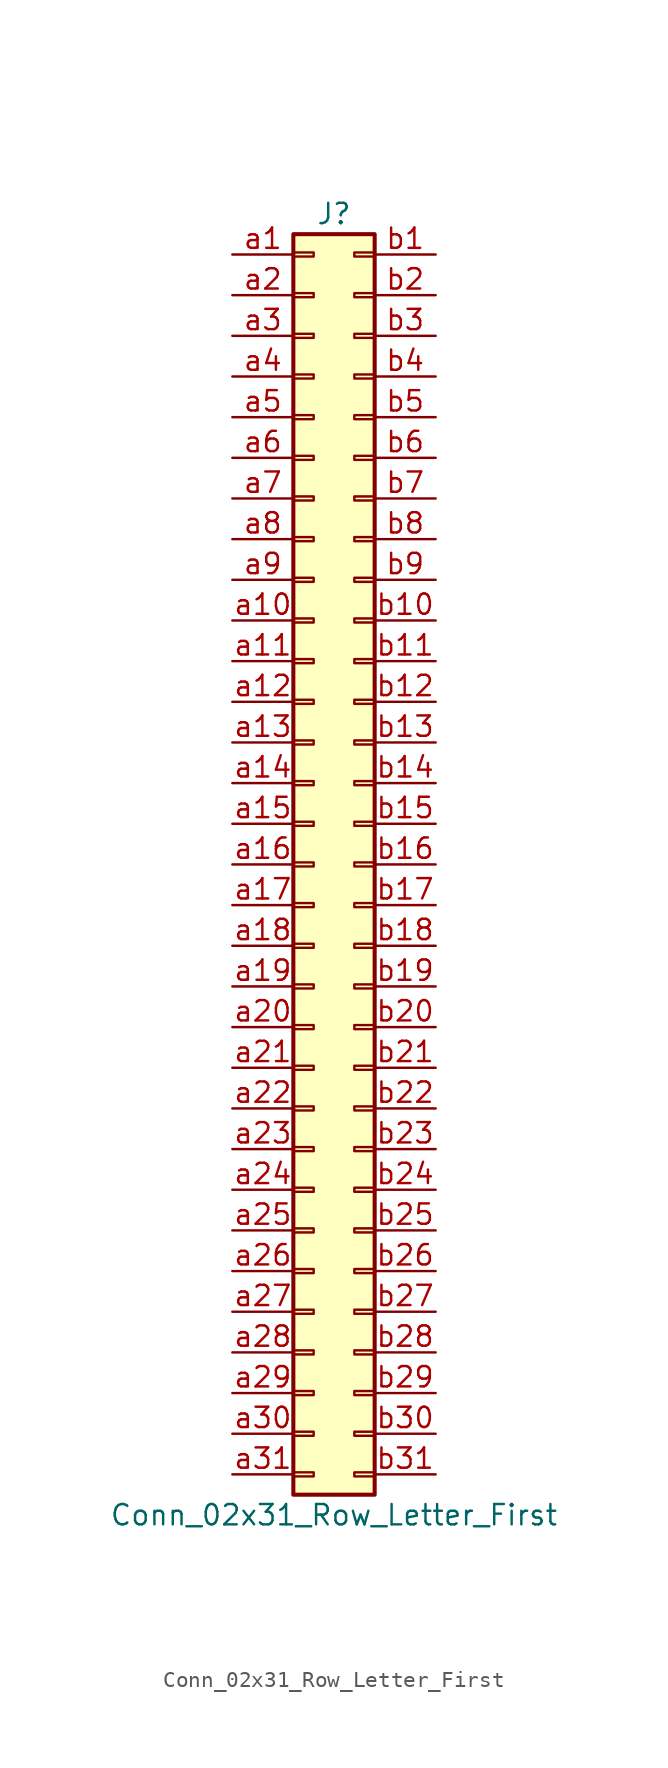
<source format=kicad_sym>
(kicad_symbol_lib
  (version 20220914)
  (generator kicad_symbol_editor)
  (symbol "Conn_02x31_Row_Letter_First"
    (pin_names
      (offset 1.016) hide)
    (property "Reference" "J"
      (at 1.27 40.64 0)
      (effects (font (size 1.27 1.27))))
    (property "Value" "Conn_02x31_Row_Letter_First"
      (at 1.27 -40.64 0)
      (effects (font (size 1.27 1.27))))
    (symbol "Conn_02x31_Row_Letter_First_1_1"
      (rectangle (start -1.27 -37.973) (end 0 -38.227) (stroke (width 0.152) (type default)) (fill (type none)))
      (rectangle (start -1.27 -35.433) (end 0 -35.687) (stroke (width 0.152) (type default)) (fill (type none)))
      (rectangle (start -1.27 -32.893) (end 0 -33.147) (stroke (width 0.152) (type default)) (fill (type none)))
      (rectangle (start -1.27 -30.353) (end 0 -30.607) (stroke (width 0.152) (type default)) (fill (type none)))
      (rectangle (start -1.27 -27.813) (end 0 -28.067) (stroke (width 0.152) (type default)) (fill (type none)))
      (rectangle (start -1.27 -25.273) (end 0 -25.527) (stroke (width 0.152) (type default)) (fill (type none)))
      (rectangle (start -1.27 -22.733) (end 0 -22.987) (stroke (width 0.152) (type default)) (fill (type none)))
      (rectangle (start -1.27 -20.193) (end 0 -20.447) (stroke (width 0.152) (type default)) (fill (type none)))
      (rectangle (start -1.27 -17.653) (end 0 -17.907) (stroke (width 0.152) (type default)) (fill (type none)))
      (rectangle (start -1.27 -15.113) (end 0 -15.367) (stroke (width 0.152) (type default)) (fill (type none)))
      (rectangle (start -1.27 -12.573) (end 0 -12.827) (stroke (width 0.152) (type default)) (fill (type none)))
      (rectangle (start -1.27 -10.033) (end 0 -10.287) (stroke (width 0.152) (type default)) (fill (type none)))
      (rectangle (start -1.27 -7.493) (end 0 -7.747) (stroke (width 0.152) (type default)) (fill (type none)))
      (rectangle (start -1.27 -4.953) (end 0 -5.207) (stroke (width 0.152) (type default)) (fill (type none)))
      (rectangle (start -1.27 -2.413) (end 0 -2.667) (stroke (width 0.152) (type default)) (fill (type none)))
      (rectangle (start -1.27 0.127) (end 0 -0.127) (stroke (width 0.152) (type default)) (fill (type none)))
      (rectangle (start -1.27 2.667) (end 0 2.413) (stroke (width 0.152) (type default)) (fill (type none)))
      (rectangle (start -1.27 5.207) (end 0 4.953) (stroke (width 0.152) (type default)) (fill (type none)))
      (rectangle (start -1.27 7.747) (end 0 7.493) (stroke (width 0.152) (type default)) (fill (type none)))
      (rectangle (start -1.27 10.287) (end 0 10.033) (stroke (width 0.152) (type default)) (fill (type none)))
      (rectangle (start -1.27 12.827) (end 0 12.573) (stroke (width 0.152) (type default)) (fill (type none)))
      (rectangle (start -1.27 15.367) (end 0 15.113) (stroke (width 0.152) (type default)) (fill (type none)))
      (rectangle (start -1.27 17.907) (end 0 17.653) (stroke (width 0.152) (type default)) (fill (type none)))
      (rectangle (start -1.27 20.447) (end 0 20.193) (stroke (width 0.152) (type default)) (fill (type none)))
      (rectangle (start -1.27 22.987) (end 0 22.733) (stroke (width 0.152) (type default)) (fill (type none)))
      (rectangle (start -1.27 25.527) (end 0 25.273) (stroke (width 0.152) (type default)) (fill (type none)))
      (rectangle (start -1.27 28.067) (end 0 27.813) (stroke (width 0.152) (type default)) (fill (type none)))
      (rectangle (start -1.27 30.607) (end 0 30.353) (stroke (width 0.152) (type default)) (fill (type none)))
      (rectangle (start -1.27 33.147) (end 0 32.893) (stroke (width 0.152) (type default)) (fill (type none)))
      (rectangle (start -1.27 35.687) (end 0 35.433) (stroke (width 0.152) (type default)) (fill (type none)))
      (rectangle (start -1.27 38.227) (end 0 37.973) (stroke (width 0.152) (type default)) (fill (type none)))
      (rectangle (start -1.27 39.37) (end 3.81 -39.37) (stroke (width 0.254) (type default)) (fill (type background)))
      (rectangle (start 3.81 -37.973) (end 2.54 -38.227) (stroke (width 0.152) (type default)) (fill (type none)))
      (rectangle (start 3.81 -35.433) (end 2.54 -35.687) (stroke (width 0.152) (type default)) (fill (type none)))
      (rectangle (start 3.81 -32.893) (end 2.54 -33.147) (stroke (width 0.152) (type default)) (fill (type none)))
      (rectangle (start 3.81 -30.353) (end 2.54 -30.607) (stroke (width 0.152) (type default)) (fill (type none)))
      (rectangle (start 3.81 -27.813) (end 2.54 -28.067) (stroke (width 0.152) (type default)) (fill (type none)))
      (rectangle (start 3.81 -25.273) (end 2.54 -25.527) (stroke (width 0.152) (type default)) (fill (type none)))
      (rectangle (start 3.81 -22.733) (end 2.54 -22.987) (stroke (width 0.152) (type default)) (fill (type none)))
      (rectangle (start 3.81 -20.193) (end 2.54 -20.447) (stroke (width 0.152) (type default)) (fill (type none)))
      (rectangle (start 3.81 -17.653) (end 2.54 -17.907) (stroke (width 0.152) (type default)) (fill (type none)))
      (rectangle (start 3.81 -15.113) (end 2.54 -15.367) (stroke (width 0.152) (type default)) (fill (type none)))
      (rectangle (start 3.81 -12.573) (end 2.54 -12.827) (stroke (width 0.152) (type default)) (fill (type none)))
      (rectangle (start 3.81 -10.033) (end 2.54 -10.287) (stroke (width 0.152) (type default)) (fill (type none)))
      (rectangle (start 3.81 -7.493) (end 2.54 -7.747) (stroke (width 0.152) (type default)) (fill (type none)))
      (rectangle (start 3.81 -4.953) (end 2.54 -5.207) (stroke (width 0.152) (type default)) (fill (type none)))
      (rectangle (start 3.81 -2.413) (end 2.54 -2.667) (stroke (width 0.152) (type default)) (fill (type none)))
      (rectangle (start 3.81 0.127) (end 2.54 -0.127) (stroke (width 0.152) (type default)) (fill (type none)))
      (rectangle (start 3.81 2.667) (end 2.54 2.413) (stroke (width 0.152) (type default)) (fill (type none)))
      (rectangle (start 3.81 5.207) (end 2.54 4.953) (stroke (width 0.152) (type default)) (fill (type none)))
      (rectangle (start 3.81 7.747) (end 2.54 7.493) (stroke (width 0.152) (type default)) (fill (type none)))
      (rectangle (start 3.81 10.287) (end 2.54 10.033) (stroke (width 0.152) (type default)) (fill (type none)))
      (rectangle (start 3.81 12.827) (end 2.54 12.573) (stroke (width 0.152) (type default)) (fill (type none)))
      (rectangle (start 3.81 15.367) (end 2.54 15.113) (stroke (width 0.152) (type default)) (fill (type none)))
      (rectangle (start 3.81 17.907) (end 2.54 17.653) (stroke (width 0.152) (type default)) (fill (type none)))
      (rectangle (start 3.81 20.447) (end 2.54 20.193) (stroke (width 0.152) (type default)) (fill (type none)))
      (rectangle (start 3.81 22.987) (end 2.54 22.733) (stroke (width 0.152) (type default)) (fill (type none)))
      (rectangle (start 3.81 25.527) (end 2.54 25.273) (stroke (width 0.152) (type default)) (fill (type none)))
      (rectangle (start 3.81 28.067) (end 2.54 27.813) (stroke (width 0.152) (type default)) (fill (type none)))
      (rectangle (start 3.81 30.607) (end 2.54 30.353) (stroke (width 0.152) (type default)) (fill (type none)))
      (rectangle (start 3.81 33.147) (end 2.54 32.893) (stroke (width 0.152) (type default)) (fill (type none)))
      (rectangle (start 3.81 35.687) (end 2.54 35.433) (stroke (width 0.152) (type default)) (fill (type none)))
      (rectangle (start 3.81 38.227) (end 2.54 37.973) (stroke (width 0.152) (type default)) (fill (type none)))
      (pin passive line (at -5.08 38.1 0) (length 3.81) (name "Pin_a1" (effects (font (size 1.27 1.27)))) (number "a1" (effects (font (size 1.27 1.27)))))
      (pin passive line (at -5.08 15.24 0) (length 3.81) (name "Pin_a10" (effects (font (size 1.27 1.27)))) (number "a10" (effects (font (size 1.27 1.27)))))
      (pin passive line (at -5.08 12.7 0) (length 3.81) (name "Pin_a11" (effects (font (size 1.27 1.27)))) (number "a11" (effects (font (size 1.27 1.27)))))
      (pin passive line (at -5.08 10.16 0) (length 3.81) (name "Pin_a12" (effects (font (size 1.27 1.27)))) (number "a12" (effects (font (size 1.27 1.27)))))
      (pin passive line (at -5.08 7.62 0) (length 3.81) (name "Pin_a13" (effects (font (size 1.27 1.27)))) (number "a13" (effects (font (size 1.27 1.27)))))
      (pin passive line (at -5.08 5.08 0) (length 3.81) (name "Pin_a14" (effects (font (size 1.27 1.27)))) (number "a14" (effects (font (size 1.27 1.27)))))
      (pin passive line (at -5.08 2.54 0) (length 3.81) (name "Pin_a15" (effects (font (size 1.27 1.27)))) (number "a15" (effects (font (size 1.27 1.27)))))
      (pin passive line (at -5.08 0 0) (length 3.81) (name "Pin_a16" (effects (font (size 1.27 1.27)))) (number "a16" (effects (font (size 1.27 1.27)))))
      (pin passive line (at -5.08 -2.54 0) (length 3.81) (name "Pin_a17" (effects (font (size 1.27 1.27)))) (number "a17" (effects (font (size 1.27 1.27)))))
      (pin passive line (at -5.08 -5.08 0) (length 3.81) (name "Pin_a18" (effects (font (size 1.27 1.27)))) (number "a18" (effects (font (size 1.27 1.27)))))
      (pin passive line (at -5.08 -7.62 0) (length 3.81) (name "Pin_a19" (effects (font (size 1.27 1.27)))) (number "a19" (effects (font (size 1.27 1.27)))))
      (pin passive line (at -5.08 35.56 0) (length 3.81) (name "Pin_a2" (effects (font (size 1.27 1.27)))) (number "a2" (effects (font (size 1.27 1.27)))))
      (pin passive line (at -5.08 -10.16 0) (length 3.81) (name "Pin_a20" (effects (font (size 1.27 1.27)))) (number "a20" (effects (font (size 1.27 1.27)))))
      (pin passive line (at -5.08 -12.7 0) (length 3.81) (name "Pin_a21" (effects (font (size 1.27 1.27)))) (number "a21" (effects (font (size 1.27 1.27)))))
      (pin passive line (at -5.08 -15.24 0) (length 3.81) (name "Pin_a22" (effects (font (size 1.27 1.27)))) (number "a22" (effects (font (size 1.27 1.27)))))
      (pin passive line (at -5.08 -17.78 0) (length 3.81) (name "Pin_a23" (effects (font (size 1.27 1.27)))) (number "a23" (effects (font (size 1.27 1.27)))))
      (pin passive line (at -5.08 -20.32 0) (length 3.81) (name "Pin_a24" (effects (font (size 1.27 1.27)))) (number "a24" (effects (font (size 1.27 1.27)))))
      (pin passive line (at -5.08 -22.86 0) (length 3.81) (name "Pin_a25" (effects (font (size 1.27 1.27)))) (number "a25" (effects (font (size 1.27 1.27)))))
      (pin passive line (at -5.08 -25.4 0) (length 3.81) (name "Pin_a26" (effects (font (size 1.27 1.27)))) (number "a26" (effects (font (size 1.27 1.27)))))
      (pin passive line (at -5.08 -27.94 0) (length 3.81) (name "Pin_a27" (effects (font (size 1.27 1.27)))) (number "a27" (effects (font (size 1.27 1.27)))))
      (pin passive line (at -5.08 -30.48 0) (length 3.81) (name "Pin_a28" (effects (font (size 1.27 1.27)))) (number "a28" (effects (font (size 1.27 1.27)))))
      (pin passive line (at -5.08 -33.02 0) (length 3.81) (name "Pin_a29" (effects (font (size 1.27 1.27)))) (number "a29" (effects (font (size 1.27 1.27)))))
      (pin passive line (at -5.08 33.02 0) (length 3.81) (name "Pin_a3" (effects (font (size 1.27 1.27)))) (number "a3" (effects (font (size 1.27 1.27)))))
      (pin passive line (at -5.08 -35.56 0) (length 3.81) (name "Pin_a30" (effects (font (size 1.27 1.27)))) (number "a30" (effects (font (size 1.27 1.27)))))
      (pin passive line (at -5.08 -38.1 0) (length 3.81) (name "Pin_a31" (effects (font (size 1.27 1.27)))) (number "a31" (effects (font (size 1.27 1.27)))))
      (pin passive line (at -5.08 30.48 0) (length 3.81) (name "Pin_a4" (effects (font (size 1.27 1.27)))) (number "a4" (effects (font (size 1.27 1.27)))))
      (pin passive line (at -5.08 27.94 0) (length 3.81) (name "Pin_a5" (effects (font (size 1.27 1.27)))) (number "a5" (effects (font (size 1.27 1.27)))))
      (pin passive line (at -5.08 25.4 0) (length 3.81) (name "Pin_a6" (effects (font (size 1.27 1.27)))) (number "a6" (effects (font (size 1.27 1.27)))))
      (pin passive line (at -5.08 22.86 0) (length 3.81) (name "Pin_a7" (effects (font (size 1.27 1.27)))) (number "a7" (effects (font (size 1.27 1.27)))))
      (pin passive line (at -5.08 20.32 0) (length 3.81) (name "Pin_a8" (effects (font (size 1.27 1.27)))) (number "a8" (effects (font (size 1.27 1.27)))))
      (pin passive line (at -5.08 17.78 0) (length 3.81) (name "Pin_a9" (effects (font (size 1.27 1.27)))) (number "a9" (effects (font (size 1.27 1.27)))))
      (pin passive line (at 7.62 38.1 180) (length 3.81) (name "Pin_b1" (effects (font (size 1.27 1.27)))) (number "b1" (effects (font (size 1.27 1.27)))))
      (pin passive line (at 7.62 15.24 180) (length 3.81) (name "Pin_b10" (effects (font (size 1.27 1.27)))) (number "b10" (effects (font (size 1.27 1.27)))))
      (pin passive line (at 7.62 12.7 180) (length 3.81) (name "Pin_b11" (effects (font (size 1.27 1.27)))) (number "b11" (effects (font (size 1.27 1.27)))))
      (pin passive line (at 7.62 10.16 180) (length 3.81) (name "Pin_b12" (effects (font (size 1.27 1.27)))) (number "b12" (effects (font (size 1.27 1.27)))))
      (pin passive line (at 7.62 7.62 180) (length 3.81) (name "Pin_b13" (effects (font (size 1.27 1.27)))) (number "b13" (effects (font (size 1.27 1.27)))))
      (pin passive line (at 7.62 5.08 180) (length 3.81) (name "Pin_b14" (effects (font (size 1.27 1.27)))) (number "b14" (effects (font (size 1.27 1.27)))))
      (pin passive line (at 7.62 2.54 180) (length 3.81) (name "Pin_b15" (effects (font (size 1.27 1.27)))) (number "b15" (effects (font (size 1.27 1.27)))))
      (pin passive line (at 7.62 0 180) (length 3.81) (name "Pin_b16" (effects (font (size 1.27 1.27)))) (number "b16" (effects (font (size 1.27 1.27)))))
      (pin passive line (at 7.62 -2.54 180) (length 3.81) (name "Pin_b17" (effects (font (size 1.27 1.27)))) (number "b17" (effects (font (size 1.27 1.27)))))
      (pin passive line (at 7.62 -5.08 180) (length 3.81) (name "Pin_b18" (effects (font (size 1.27 1.27)))) (number "b18" (effects (font (size 1.27 1.27)))))
      (pin passive line (at 7.62 -7.62 180) (length 3.81) (name "Pin_b19" (effects (font (size 1.27 1.27)))) (number "b19" (effects (font (size 1.27 1.27)))))
      (pin passive line (at 7.62 35.56 180) (length 3.81) (name "Pin_b2" (effects (font (size 1.27 1.27)))) (number "b2" (effects (font (size 1.27 1.27)))))
      (pin passive line (at 7.62 -10.16 180) (length 3.81) (name "Pin_b20" (effects (font (size 1.27 1.27)))) (number "b20" (effects (font (size 1.27 1.27)))))
      (pin passive line (at 7.62 -12.7 180) (length 3.81) (name "Pin_b21" (effects (font (size 1.27 1.27)))) (number "b21" (effects (font (size 1.27 1.27)))))
      (pin passive line (at 7.62 -15.24 180) (length 3.81) (name "Pin_b22" (effects (font (size 1.27 1.27)))) (number "b22" (effects (font (size 1.27 1.27)))))
      (pin passive line (at 7.62 -17.78 180) (length 3.81) (name "Pin_b23" (effects (font (size 1.27 1.27)))) (number "b23" (effects (font (size 1.27 1.27)))))
      (pin passive line (at 7.62 -20.32 180) (length 3.81) (name "Pin_b24" (effects (font (size 1.27 1.27)))) (number "b24" (effects (font (size 1.27 1.27)))))
      (pin passive line (at 7.62 -22.86 180) (length 3.81) (name "Pin_b25" (effects (font (size 1.27 1.27)))) (number "b25" (effects (font (size 1.27 1.27)))))
      (pin passive line (at 7.62 -25.4 180) (length 3.81) (name "Pin_b26" (effects (font (size 1.27 1.27)))) (number "b26" (effects (font (size 1.27 1.27)))))
      (pin passive line (at 7.62 -27.94 180) (length 3.81) (name "Pin_b27" (effects (font (size 1.27 1.27)))) (number "b27" (effects (font (size 1.27 1.27)))))
      (pin passive line (at 7.62 -30.48 180) (length 3.81) (name "Pin_b28" (effects (font (size 1.27 1.27)))) (number "b28" (effects (font (size 1.27 1.27)))))
      (pin passive line (at 7.62 -33.02 180) (length 3.81) (name "Pin_b29" (effects (font (size 1.27 1.27)))) (number "b29" (effects (font (size 1.27 1.27)))))
      (pin passive line (at 7.62 33.02 180) (length 3.81) (name "Pin_b3" (effects (font (size 1.27 1.27)))) (number "b3" (effects (font (size 1.27 1.27)))))
      (pin passive line (at 7.62 -35.56 180) (length 3.81) (name "Pin_b30" (effects (font (size 1.27 1.27)))) (number "b30" (effects (font (size 1.27 1.27)))))
      (pin passive line (at 7.62 -38.1 180) (length 3.81) (name "Pin_b31" (effects (font (size 1.27 1.27)))) (number "b31" (effects (font (size 1.27 1.27)))))
      (pin passive line (at 7.62 30.48 180) (length 3.81) (name "Pin_b4" (effects (font (size 1.27 1.27)))) (number "b4" (effects (font (size 1.27 1.27)))))
      (pin passive line (at 7.62 27.94 180) (length 3.81) (name "Pin_b5" (effects (font (size 1.27 1.27)))) (number "b5" (effects (font (size 1.27 1.27)))))
      (pin passive line (at 7.62 25.4 180) (length 3.81) (name "Pin_b6" (effects (font (size 1.27 1.27)))) (number "b6" (effects (font (size 1.27 1.27)))))
      (pin passive line (at 7.62 22.86 180) (length 3.81) (name "Pin_b7" (effects (font (size 1.27 1.27)))) (number "b7" (effects (font (size 1.27 1.27)))))
      (pin passive line (at 7.62 20.32 180) (length 3.81) (name "Pin_b8" (effects (font (size 1.27 1.27)))) (number "b8" (effects (font (size 1.27 1.27)))))
      (pin passive line (at 7.62 17.78 180) (length 3.81) (name "Pin_b9" (effects (font (size 1.27 1.27)))) (number "b9" (effects (font (size 1.27 1.27))))))))
</source>
